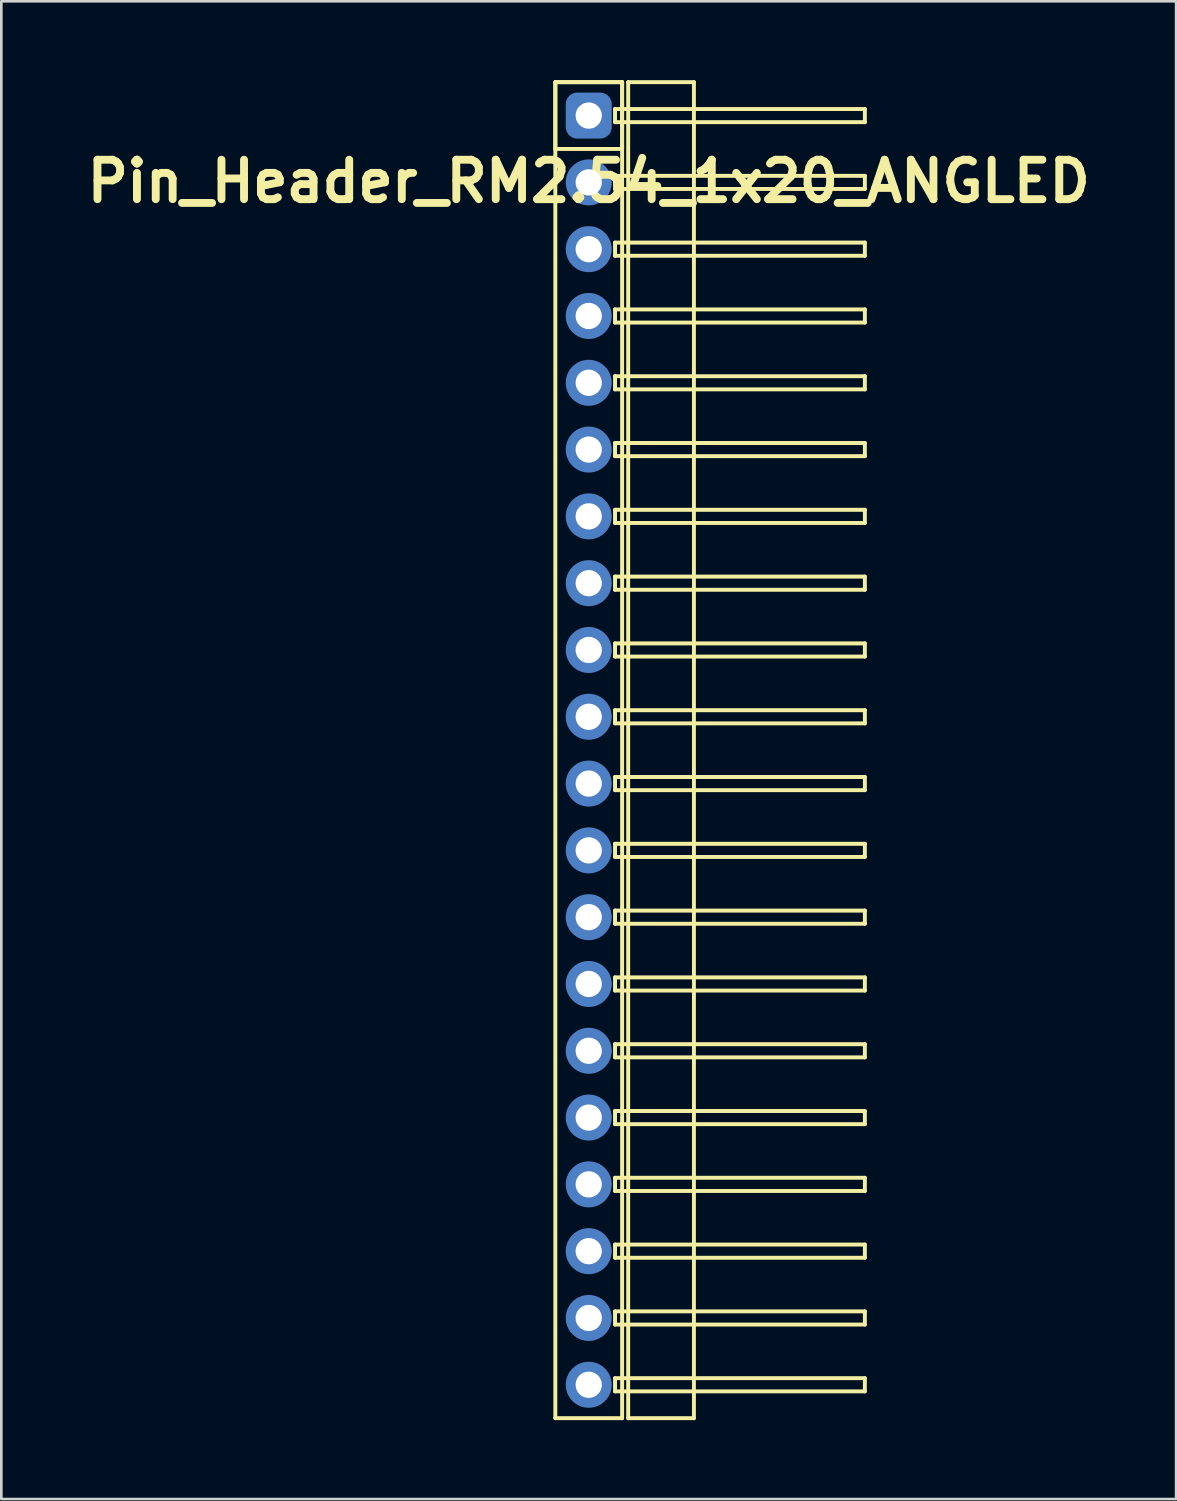
<source format=kicad_pcb>
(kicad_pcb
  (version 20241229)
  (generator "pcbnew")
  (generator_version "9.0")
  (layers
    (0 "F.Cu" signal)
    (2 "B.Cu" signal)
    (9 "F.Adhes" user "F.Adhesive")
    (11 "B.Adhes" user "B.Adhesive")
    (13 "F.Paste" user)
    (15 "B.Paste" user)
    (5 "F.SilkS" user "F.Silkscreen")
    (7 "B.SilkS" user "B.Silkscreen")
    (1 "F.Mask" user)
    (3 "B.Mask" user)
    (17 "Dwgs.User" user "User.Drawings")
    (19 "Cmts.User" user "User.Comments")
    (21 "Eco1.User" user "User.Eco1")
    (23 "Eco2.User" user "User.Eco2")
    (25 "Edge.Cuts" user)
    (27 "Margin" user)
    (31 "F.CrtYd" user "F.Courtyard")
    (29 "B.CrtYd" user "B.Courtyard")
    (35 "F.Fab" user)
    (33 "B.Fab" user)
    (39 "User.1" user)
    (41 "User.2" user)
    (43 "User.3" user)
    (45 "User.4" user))
  (footprint "Pin_Header_RM2.54_1x20_ANGLED"
    (layer "F.Cu")
    (at 19.336 1.345)
    (property "Reference" "Pin_Header_RM2.54_1x20_ANGLED" (at 0 2.5 0) (layer "F.SilkS") (effects (font (size 1.5 1.5) (thickness 0.3))))
    (attr through_hole)
    (fp_line (start -1.27 -1.27) (end 1.27 -1.27) (stroke (width 0.15) (type solid)) (layer "F.SilkS"))
    (fp_line (start -1.27 -1.27) (end 1.27 -1.27) (stroke (width 0.15) (type solid)) (layer "F.SilkS"))
    (fp_line (start -1.27 1.27) (end -1.27 -1.27) (stroke (width 0.15) (type solid)) (layer "F.SilkS"))
    (fp_line (start -1.27 49.53) (end -1.27 -1.27) (stroke (width 0.15) (type solid)) (layer "F.SilkS"))
    (fp_line (start 1 -0.25) (end 10.5 -0.25) (stroke (width 0.15) (type solid)) (layer "F.SilkS"))
    (fp_line (start 1 0.25) (end 1 -0.25) (stroke (width 0.15) (type solid)) (layer "F.SilkS"))
    (fp_line (start 1 2.29) (end 10.5 2.29) (stroke (width 0.15) (type solid)) (layer "F.SilkS"))
    (fp_line (start 1 2.79) (end 1 2.29) (stroke (width 0.15) (type solid)) (layer "F.SilkS"))
    (fp_line (start 1 4.83) (end 10.5 4.83) (stroke (width 0.15) (type solid)) (layer "F.SilkS"))
    (fp_line (start 1 5.33) (end 1 4.83) (stroke (width 0.15) (type solid)) (layer "F.SilkS"))
    (fp_line (start 1 7.37) (end 10.5 7.37) (stroke (width 0.15) (type solid)) (layer "F.SilkS"))
    (fp_line (start 1 7.87) (end 1 7.37) (stroke (width 0.15) (type solid)) (layer "F.SilkS"))
    (fp_line (start 1 9.91) (end 10.5 9.91) (stroke (width 0.15) (type solid)) (layer "F.SilkS"))
    (fp_line (start 1 10.41) (end 1 9.91) (stroke (width 0.15) (type solid)) (layer "F.SilkS"))
    (fp_line (start 1 12.45) (end 10.5 12.45) (stroke (width 0.15) (type solid)) (layer "F.SilkS"))
    (fp_line (start 1 12.95) (end 1 12.45) (stroke (width 0.15) (type solid)) (layer "F.SilkS"))
    (fp_line (start 1 14.99) (end 10.5 14.99) (stroke (width 0.15) (type solid)) (layer "F.SilkS"))
    (fp_line (start 1 15.49) (end 1 14.99) (stroke (width 0.15) (type solid)) (layer "F.SilkS"))
    (fp_line (start 1 17.53) (end 10.5 17.53) (stroke (width 0.15) (type solid)) (layer "F.SilkS"))
    (fp_line (start 1 18.03) (end 1 17.53) (stroke (width 0.15) (type solid)) (layer "F.SilkS"))
    (fp_line (start 1 20.07) (end 10.5 20.07) (stroke (width 0.15) (type solid)) (layer "F.SilkS"))
    (fp_line (start 1 20.57) (end 1 20.07) (stroke (width 0.15) (type solid)) (layer "F.SilkS"))
    (fp_line (start 1 22.61) (end 10.5 22.61) (stroke (width 0.15) (type solid)) (layer "F.SilkS"))
    (fp_line (start 1 23.11) (end 1 22.61) (stroke (width 0.15) (type solid)) (layer "F.SilkS"))
    (fp_line (start 1 25.15) (end 10.5 25.15) (stroke (width 0.15) (type solid)) (layer "F.SilkS"))
    (fp_line (start 1 25.65) (end 1 25.15) (stroke (width 0.15) (type solid)) (layer "F.SilkS"))
    (fp_line (start 1 27.69) (end 10.5 27.69) (stroke (width 0.15) (type solid)) (layer "F.SilkS"))
    (fp_line (start 1 28.19) (end 1 27.69) (stroke (width 0.15) (type solid)) (layer "F.SilkS"))
    (fp_line (start 1 30.23) (end 10.5 30.23) (stroke (width 0.15) (type solid)) (layer "F.SilkS"))
    (fp_line (start 1 30.73) (end 1 30.23) (stroke (width 0.15) (type solid)) (layer "F.SilkS"))
    (fp_line (start 1 32.77) (end 10.5 32.77) (stroke (width 0.15) (type solid)) (layer "F.SilkS"))
    (fp_line (start 1 33.27) (end 1 32.77) (stroke (width 0.15) (type solid)) (layer "F.SilkS"))
    (fp_line (start 1 35.31) (end 10.5 35.31) (stroke (width 0.15) (type solid)) (layer "F.SilkS"))
    (fp_line (start 1 35.81) (end 1 35.31) (stroke (width 0.15) (type solid)) (layer "F.SilkS"))
    (fp_line (start 1 37.85) (end 10.5 37.85) (stroke (width 0.15) (type solid)) (layer "F.SilkS"))
    (fp_line (start 1 38.35) (end 1 37.85) (stroke (width 0.15) (type solid)) (layer "F.SilkS"))
    (fp_line (start 1 40.39) (end 10.5 40.39) (stroke (width 0.15) (type solid)) (layer "F.SilkS"))
    (fp_line (start 1 40.89) (end 1 40.39) (stroke (width 0.15) (type solid)) (layer "F.SilkS"))
    (fp_line (start 1 42.93) (end 10.5 42.93) (stroke (width 0.15) (type solid)) (layer "F.SilkS"))
    (fp_line (start 1 43.43) (end 1 42.93) (stroke (width 0.15) (type solid)) (layer "F.SilkS"))
    (fp_line (start 1 45.47) (end 10.5 45.47) (stroke (width 0.15) (type solid)) (layer "F.SilkS"))
    (fp_line (start 1 45.97) (end 1 45.47) (stroke (width 0.15) (type solid)) (layer "F.SilkS"))
    (fp_line (start 1 48.01) (end 10.5 48.01) (stroke (width 0.15) (type solid)) (layer "F.SilkS"))
    (fp_line (start 1 48.51) (end 1 48.01) (stroke (width 0.15) (type solid)) (layer "F.SilkS"))
    (fp_line (start 1.27 -1.27) (end 1.27 1.27) (stroke (width 0.15) (type solid)) (layer "F.SilkS"))
    (fp_line (start 1.27 -1.27) (end 1.27 49.53) (stroke (width 0.15) (type solid)) (layer "F.SilkS"))
    (fp_line (start 1.27 1.27) (end -1.27 1.27) (stroke (width 0.15) (type solid)) (layer "F.SilkS"))
    (fp_line (start 1.27 49.53) (end -1.27 49.53) (stroke (width 0.15) (type solid)) (layer "F.SilkS"))
    (fp_line (start 1.5 -1.27) (end 4 -1.27) (stroke (width 0.15) (type solid)) (layer "F.SilkS"))
    (fp_line (start 1.5 49.53) (end 1.5 -1.27) (stroke (width 0.15) (type solid)) (layer "F.SilkS"))
    (fp_line (start 4 -1.27) (end 4 49.53) (stroke (width 0.15) (type solid)) (layer "F.SilkS"))
    (fp_line (start 4 49.53) (end 1.5 49.53) (stroke (width 0.15) (type solid)) (layer "F.SilkS"))
    (fp_line (start 10.5 -0.25) (end 10.5 0.25) (stroke (width 0.15) (type solid)) (layer "F.SilkS"))
    (fp_line (start 10.5 0.25) (end 1 0.25) (stroke (width 0.15) (type solid)) (layer "F.SilkS"))
    (fp_line (start 10.5 2.29) (end 10.5 2.79) (stroke (width 0.15) (type solid)) (layer "F.SilkS"))
    (fp_line (start 10.5 2.79) (end 1 2.79) (stroke (width 0.15) (type solid)) (layer "F.SilkS"))
    (fp_line (start 10.5 4.83) (end 10.5 5.33) (stroke (width 0.15) (type solid)) (layer "F.SilkS"))
    (fp_line (start 10.5 5.33) (end 1 5.33) (stroke (width 0.15) (type solid)) (layer "F.SilkS"))
    (fp_line (start 10.5 7.37) (end 10.5 7.87) (stroke (width 0.15) (type solid)) (layer "F.SilkS"))
    (fp_line (start 10.5 7.87) (end 1 7.87) (stroke (width 0.15) (type solid)) (layer "F.SilkS"))
    (fp_line (start 10.5 9.91) (end 10.5 10.41) (stroke (width 0.15) (type solid)) (layer "F.SilkS"))
    (fp_line (start 10.5 10.41) (end 1 10.41) (stroke (width 0.15) (type solid)) (layer "F.SilkS"))
    (fp_line (start 10.5 12.45) (end 10.5 12.95) (stroke (width 0.15) (type solid)) (layer "F.SilkS"))
    (fp_line (start 10.5 12.95) (end 1 12.95) (stroke (width 0.15) (type solid)) (layer "F.SilkS"))
    (fp_line (start 10.5 14.99) (end 10.5 15.49) (stroke (width 0.15) (type solid)) (layer "F.SilkS"))
    (fp_line (start 10.5 15.49) (end 1 15.49) (stroke (width 0.15) (type solid)) (layer "F.SilkS"))
    (fp_line (start 10.5 17.53) (end 10.5 18.03) (stroke (width 0.15) (type solid)) (layer "F.SilkS"))
    (fp_line (start 10.5 18.03) (end 1 18.03) (stroke (width 0.15) (type solid)) (layer "F.SilkS"))
    (fp_line (start 10.5 20.07) (end 10.5 20.57) (stroke (width 0.15) (type solid)) (layer "F.SilkS"))
    (fp_line (start 10.5 20.57) (end 1 20.57) (stroke (width 0.15) (type solid)) (layer "F.SilkS"))
    (fp_line (start 10.5 22.61) (end 10.5 23.11) (stroke (width 0.15) (type solid)) (layer "F.SilkS"))
    (fp_line (start 10.5 23.11) (end 1 23.11) (stroke (width 0.15) (type solid)) (layer "F.SilkS"))
    (fp_line (start 10.5 25.15) (end 10.5 25.65) (stroke (width 0.15) (type solid)) (layer "F.SilkS"))
    (fp_line (start 10.5 25.65) (end 1 25.65) (stroke (width 0.15) (type solid)) (layer "F.SilkS"))
    (fp_line (start 10.5 27.69) (end 10.5 28.19) (stroke (width 0.15) (type solid)) (layer "F.SilkS"))
    (fp_line (start 10.5 28.19) (end 1 28.19) (stroke (width 0.15) (type solid)) (layer "F.SilkS"))
    (fp_line (start 10.5 30.23) (end 10.5 30.73) (stroke (width 0.15) (type solid)) (layer "F.SilkS"))
    (fp_line (start 10.5 30.73) (end 1 30.73) (stroke (width 0.15) (type solid)) (layer "F.SilkS"))
    (fp_line (start 10.5 32.77) (end 10.5 33.27) (stroke (width 0.15) (type solid)) (layer "F.SilkS"))
    (fp_line (start 10.5 33.27) (end 1 33.27) (stroke (width 0.15) (type solid)) (layer "F.SilkS"))
    (fp_line (start 10.5 35.31) (end 10.5 35.81) (stroke (width 0.15) (type solid)) (layer "F.SilkS"))
    (fp_line (start 10.5 35.81) (end 1 35.81) (stroke (width 0.15) (type solid)) (layer "F.SilkS"))
    (fp_line (start 10.5 37.85) (end 10.5 38.35) (stroke (width 0.15) (type solid)) (layer "F.SilkS"))
    (fp_line (start 10.5 38.35) (end 1 38.35) (stroke (width 0.15) (type solid)) (layer "F.SilkS"))
    (fp_line (start 10.5 40.39) (end 10.5 40.89) (stroke (width 0.15) (type solid)) (layer "F.SilkS"))
    (fp_line (start 10.5 40.89) (end 1 40.89) (stroke (width 0.15) (type solid)) (layer "F.SilkS"))
    (fp_line (start 10.5 42.93) (end 10.5 43.43) (stroke (width 0.15) (type solid)) (layer "F.SilkS"))
    (fp_line (start 10.5 43.43) (end 1 43.43) (stroke (width 0.15) (type solid)) (layer "F.SilkS"))
    (fp_line (start 10.5 45.47) (end 10.5 45.97) (stroke (width 0.15) (type solid)) (layer "F.SilkS"))
    (fp_line (start 10.5 45.97) (end 1 45.97) (stroke (width 0.15) (type solid)) (layer "F.SilkS"))
    (fp_line (start 10.5 48.01) (end 10.5 48.51) (stroke (width 0.15) (type solid)) (layer "F.SilkS"))
    (fp_line (start 10.5 48.51) (end 1 48.51) (stroke (width 0.15) (type solid)) (layer "F.SilkS"))
    (pad "1" thru_hole circle (at 0 0) (size 1.3 1.3) (drill 1) (layers "*.Cu" "*.Mask"))
    (pad "1" smd roundrect (at 0 0) (size 1.5 1.5) (layers "F.Cu" "F.Mask") (roundrect_rratio 0.25))
    (pad "1" smd roundrect (at 0 0) (size 1.75 1.75) (layers "B.Cu" "B.Mask") (roundrect_rratio 0.25))
    (pad "2" thru_hole circle (at 0 2.54) (size 1.3 1.3) (drill 1) (layers "*.Cu" "*.Mask"))
    (pad "2" smd circle (at 0 2.54) (size 1.5 1.5) (layers "F.Cu" "F.Mask"))
    (pad "2" smd circle (at 0 2.54) (size 1.75 1.75) (layers "B.Cu" "B.Mask"))
    (pad "3" thru_hole circle (at 0 5.08) (size 1.3 1.3) (drill 1) (layers "*.Cu" "*.Mask"))
    (pad "3" smd circle (at 0 5.08) (size 1.5 1.5) (layers "F.Cu" "F.Mask"))
    (pad "3" smd circle (at 0 5.08) (size 1.75 1.75) (layers "B.Cu" "B.Mask"))
    (pad "4" thru_hole circle (at 0 7.62) (size 1.3 1.3) (drill 1) (layers "*.Cu" "*.Mask"))
    (pad "4" smd circle (at 0 7.62) (size 1.5 1.5) (layers "F.Cu" "F.Mask"))
    (pad "4" smd circle (at 0 7.62) (size 1.75 1.75) (layers "B.Cu" "B.Mask"))
    (pad "5" thru_hole circle (at 0 10.16) (size 1.3 1.3) (drill 1) (layers "*.Cu" "*.Mask"))
    (pad "5" smd circle (at 0 10.16) (size 1.5 1.5) (layers "F.Cu" "F.Mask"))
    (pad "5" smd circle (at 0 10.16) (size 1.75 1.75) (layers "B.Cu" "B.Mask"))
    (pad "6" thru_hole circle (at 0 12.7) (size 1.3 1.3) (drill 1) (layers "*.Cu" "*.Mask"))
    (pad "6" smd circle (at 0 12.7) (size 1.5 1.5) (layers "F.Cu" "F.Mask"))
    (pad "6" smd circle (at 0 12.7) (size 1.75 1.75) (layers "B.Cu" "B.Mask"))
    (pad "7" thru_hole circle (at 0 15.24) (size 1.3 1.3) (drill 1) (layers "*.Cu" "*.Mask"))
    (pad "7" smd circle (at 0 15.24) (size 1.5 1.5) (layers "F.Cu" "F.Mask"))
    (pad "7" smd circle (at 0 15.24) (size 1.75 1.75) (layers "B.Cu" "B.Mask"))
    (pad "8" thru_hole circle (at 0 17.78) (size 1.3 1.3) (drill 1) (layers "*.Cu" "*.Mask"))
    (pad "8" smd circle (at 0 17.78) (size 1.5 1.5) (layers "F.Cu" "F.Mask"))
    (pad "8" smd circle (at 0 17.78) (size 1.75 1.75) (layers "B.Cu" "B.Mask"))
    (pad "9" thru_hole circle (at 0 20.32) (size 1.3 1.3) (drill 1) (layers "*.Cu" "*.Mask"))
    (pad "9" smd circle (at 0 20.32) (size 1.5 1.5) (layers "F.Cu" "F.Mask"))
    (pad "9" smd circle (at 0 20.32) (size 1.75 1.75) (layers "B.Cu" "B.Mask"))
    (pad "10" thru_hole circle (at 0 22.86) (size 1.3 1.3) (drill 1) (layers "*.Cu" "*.Mask"))
    (pad "10" smd circle (at 0 22.86) (size 1.5 1.5) (layers "F.Cu" "F.Mask"))
    (pad "10" smd circle (at 0 22.86) (size 1.75 1.75) (layers "B.Cu" "B.Mask"))
    (pad "11" thru_hole circle (at 0 25.4) (size 1.3 1.3) (drill 1) (layers "*.Cu" "*.Mask"))
    (pad "11" smd circle (at 0 25.4) (size 1.5 1.5) (layers "F.Cu" "F.Mask"))
    (pad "11" smd circle (at 0 25.4) (size 1.75 1.75) (layers "B.Cu" "B.Mask"))
    (pad "12" thru_hole circle (at 0 27.94) (size 1.3 1.3) (drill 1) (layers "*.Cu" "*.Mask"))
    (pad "12" smd circle (at 0 27.94) (size 1.5 1.5) (layers "F.Cu" "F.Mask"))
    (pad "12" smd circle (at 0 27.94) (size 1.75 1.75) (layers "B.Cu" "B.Mask"))
    (pad "13" thru_hole circle (at 0 30.48) (size 1.3 1.3) (drill 1) (layers "*.Cu" "*.Mask"))
    (pad "13" smd circle (at 0 30.48) (size 1.5 1.5) (layers "F.Cu" "F.Mask"))
    (pad "13" smd circle (at 0 30.48) (size 1.75 1.75) (layers "B.Cu" "B.Mask"))
    (pad "14" thru_hole circle (at 0 33.02) (size 1.3 1.3) (drill 1) (layers "*.Cu" "*.Mask"))
    (pad "14" smd circle (at 0 33.02) (size 1.5 1.5) (layers "F.Cu" "F.Mask"))
    (pad "14" smd circle (at 0 33.02) (size 1.75 1.75) (layers "B.Cu" "B.Mask"))
    (pad "15" thru_hole circle (at 0 35.56) (size 1.3 1.3) (drill 1) (layers "*.Cu" "*.Mask"))
    (pad "15" smd circle (at 0 35.56) (size 1.5 1.5) (layers "F.Cu" "F.Mask"))
    (pad "15" smd circle (at 0 35.56) (size 1.75 1.75) (layers "B.Cu" "B.Mask"))
    (pad "16" thru_hole circle (at 0 38.1) (size 1.3 1.3) (drill 1) (layers "*.Cu" "*.Mask"))
    (pad "16" smd circle (at 0 38.1) (size 1.5 1.5) (layers "F.Cu" "F.Mask"))
    (pad "16" smd circle (at 0 38.1) (size 1.75 1.75) (layers "B.Cu" "B.Mask"))
    (pad "17" thru_hole circle (at 0 40.64) (size 1.3 1.3) (drill 1) (layers "*.Cu" "*.Mask"))
    (pad "17" smd circle (at 0 40.64) (size 1.5 1.5) (layers "F.Cu" "F.Mask"))
    (pad "17" smd circle (at 0 40.64) (size 1.75 1.75) (layers "B.Cu" "B.Mask"))
    (pad "18" thru_hole circle (at 0 43.18) (size 1.3 1.3) (drill 1) (layers "*.Cu" "*.Mask"))
    (pad "18" smd circle (at 0 43.18) (size 1.5 1.5) (layers "F.Cu" "F.Mask"))
    (pad "18" smd circle (at 0 43.18) (size 1.75 1.75) (layers "B.Cu" "B.Mask"))
    (pad "19" thru_hole circle (at 0 45.72) (size 1.3 1.3) (drill 1) (layers "*.Cu" "*.Mask"))
    (pad "19" smd circle (at 0 45.72) (size 1.5 1.5) (layers "F.Cu" "F.Mask"))
    (pad "19" smd circle (at 0 45.72) (size 1.75 1.75) (layers "B.Cu" "B.Mask"))
    (pad "20" thru_hole circle (at 0 48.26) (size 1.3 1.3) (drill 1) (layers "*.Cu" "*.Mask"))
    (pad "20" smd circle (at 0 48.26) (size 1.5 1.5) (layers "F.Cu" "F.Mask"))
    (pad "20" smd circle (at 0 48.26) (size 1.75 1.75) (layers "B.Cu" "B.Mask")))
  (gr_rect
    (start -3 -3)
    (end 41.671 53.95)
    (stroke (width 0.1) (type default))
    (fill no)
    (layer "Edge.Cuts")))
</source>
